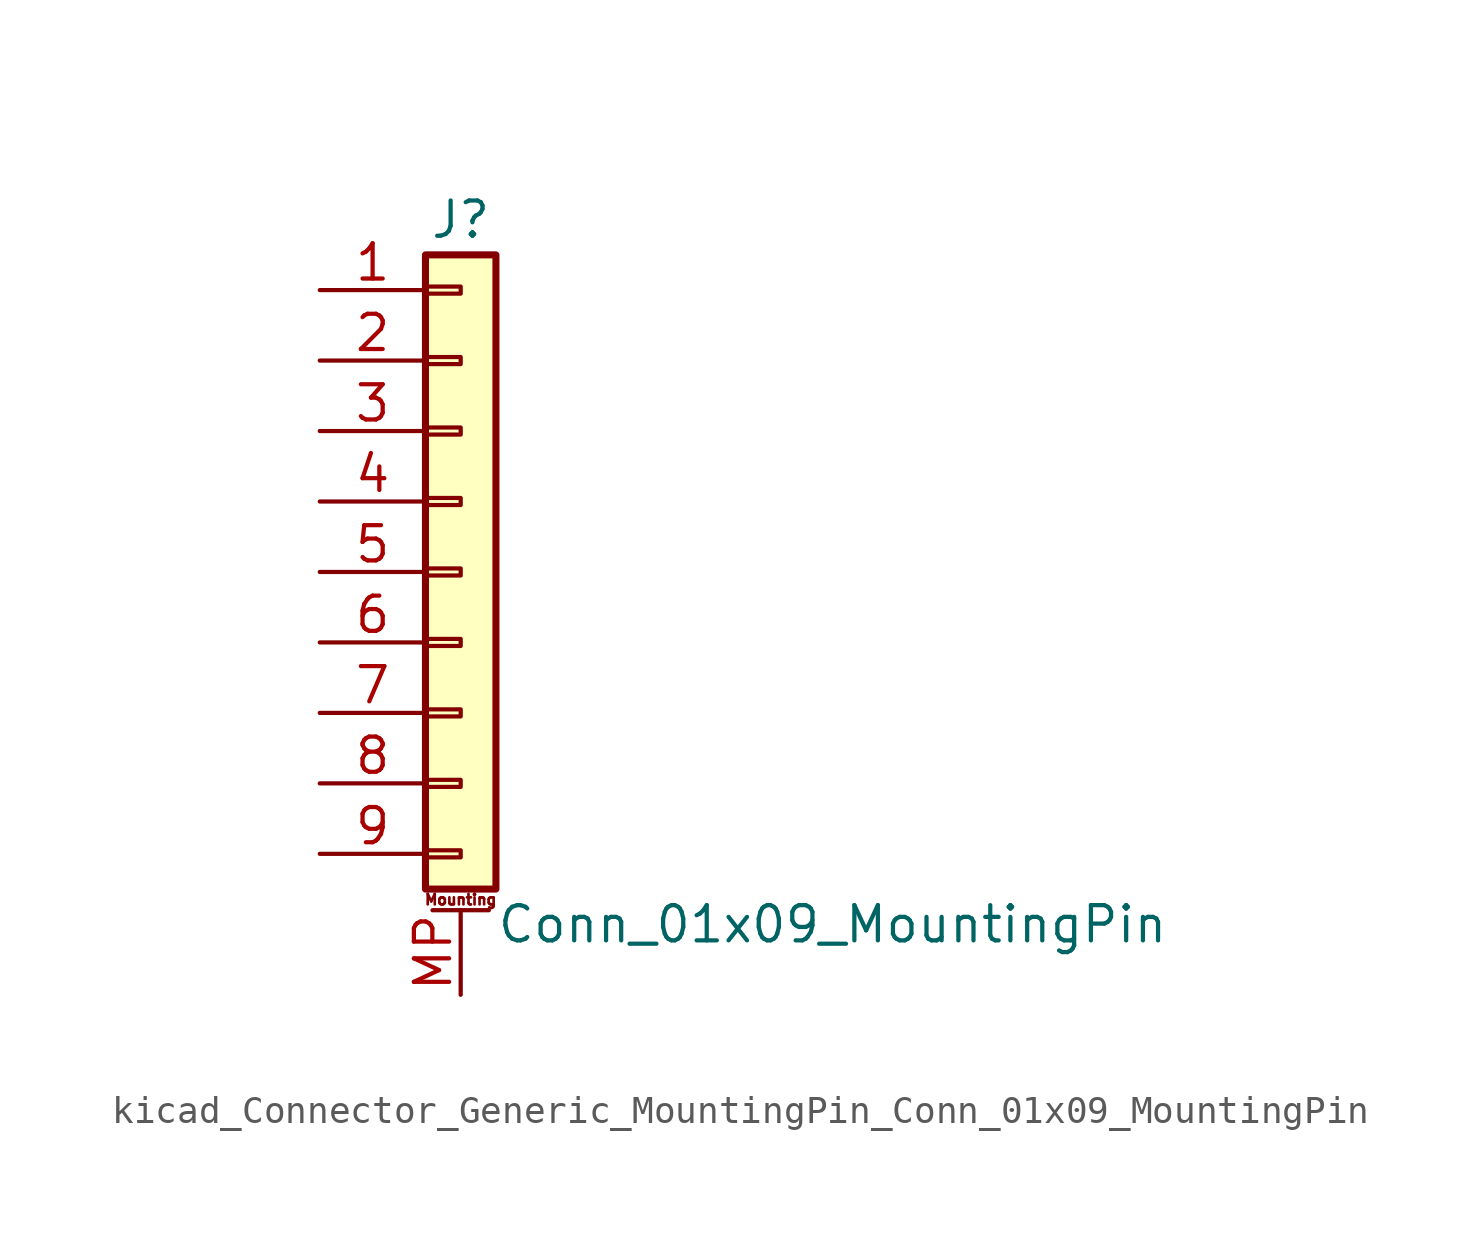
<source format=kicad_sym>
(kicad_symbol_lib
  (version 20220914)
  (generator kicad_symbol_editor)
  (symbol "kicad_Connector_Generic_MountingPin_Conn_01x09_MountingPin"
    (pin_names
      (offset 1.016) hide)
    (property "Reference" "J"
      (at 0 12.7 0)
      (effects (font (size 1.27 1.27))))
    (property "Value" "Conn_01x09_MountingPin"
      (at 1.27 -12.7 0)
      (effects (font (size 1.27 1.27)) (justify left)))
    (symbol "kicad_Connector_Generic_MountingPin_Conn_01x09_MountingPin_1_1"
      (rectangle (start -1.27 -10.033) (end 0 -10.287) (stroke (width 0.152) (type default)) (fill (type none)))
      (rectangle (start -1.27 -7.493) (end 0 -7.747) (stroke (width 0.152) (type default)) (fill (type none)))
      (rectangle (start -1.27 -4.953) (end 0 -5.207) (stroke (width 0.152) (type default)) (fill (type none)))
      (rectangle (start -1.27 -2.413) (end 0 -2.667) (stroke (width 0.152) (type default)) (fill (type none)))
      (rectangle (start -1.27 0.127) (end 0 -0.127) (stroke (width 0.152) (type default)) (fill (type none)))
      (rectangle (start -1.27 2.667) (end 0 2.413) (stroke (width 0.152) (type default)) (fill (type none)))
      (rectangle (start -1.27 5.207) (end 0 4.953) (stroke (width 0.152) (type default)) (fill (type none)))
      (rectangle (start -1.27 7.747) (end 0 7.493) (stroke (width 0.152) (type default)) (fill (type none)))
      (rectangle (start -1.27 10.287) (end 0 10.033) (stroke (width 0.152) (type default)) (fill (type none)))
      (rectangle (start -1.27 11.43) (end 1.27 -11.43) (stroke (width 0.254) (type default)) (fill (type background)))
      (polyline (pts (xy -1.016 -12.192) (xy 1.016 -12.192)) (stroke (width 0.152) (type default)) (fill (type none)))
      (text "Mounting" (at 0 -11.811 0) (effects (font (size 0.381 0.381))))
      (pin passive line (at -5.08 10.16 0) (length 3.81) (name "Pin_1" (effects (font (size 1.27 1.27)))) (number "1" (effects (font (size 1.27 1.27)))))
      (pin passive line (at -5.08 7.62 0) (length 3.81) (name "Pin_2" (effects (font (size 1.27 1.27)))) (number "2" (effects (font (size 1.27 1.27)))))
      (pin passive line (at -5.08 5.08 0) (length 3.81) (name "Pin_3" (effects (font (size 1.27 1.27)))) (number "3" (effects (font (size 1.27 1.27)))))
      (pin passive line (at -5.08 2.54 0) (length 3.81) (name "Pin_4" (effects (font (size 1.27 1.27)))) (number "4" (effects (font (size 1.27 1.27)))))
      (pin passive line (at -5.08 0 0) (length 3.81) (name "Pin_5" (effects (font (size 1.27 1.27)))) (number "5" (effects (font (size 1.27 1.27)))))
      (pin passive line (at -5.08 -2.54 0) (length 3.81) (name "Pin_6" (effects (font (size 1.27 1.27)))) (number "6" (effects (font (size 1.27 1.27)))))
      (pin passive line (at -5.08 -5.08 0) (length 3.81) (name "Pin_7" (effects (font (size 1.27 1.27)))) (number "7" (effects (font (size 1.27 1.27)))))
      (pin passive line (at -5.08 -7.62 0) (length 3.81) (name "Pin_8" (effects (font (size 1.27 1.27)))) (number "8" (effects (font (size 1.27 1.27)))))
      (pin passive line (at -5.08 -10.16 0) (length 3.81) (name "Pin_9" (effects (font (size 1.27 1.27)))) (number "9" (effects (font (size 1.27 1.27)))))
      (pin passive line (at 0 -15.24 90) (length 3.048) (name "MountPin" (effects (font (size 1.27 1.27)))) (number "MP" (effects (font (size 1.27 1.27))))))))
</source>
